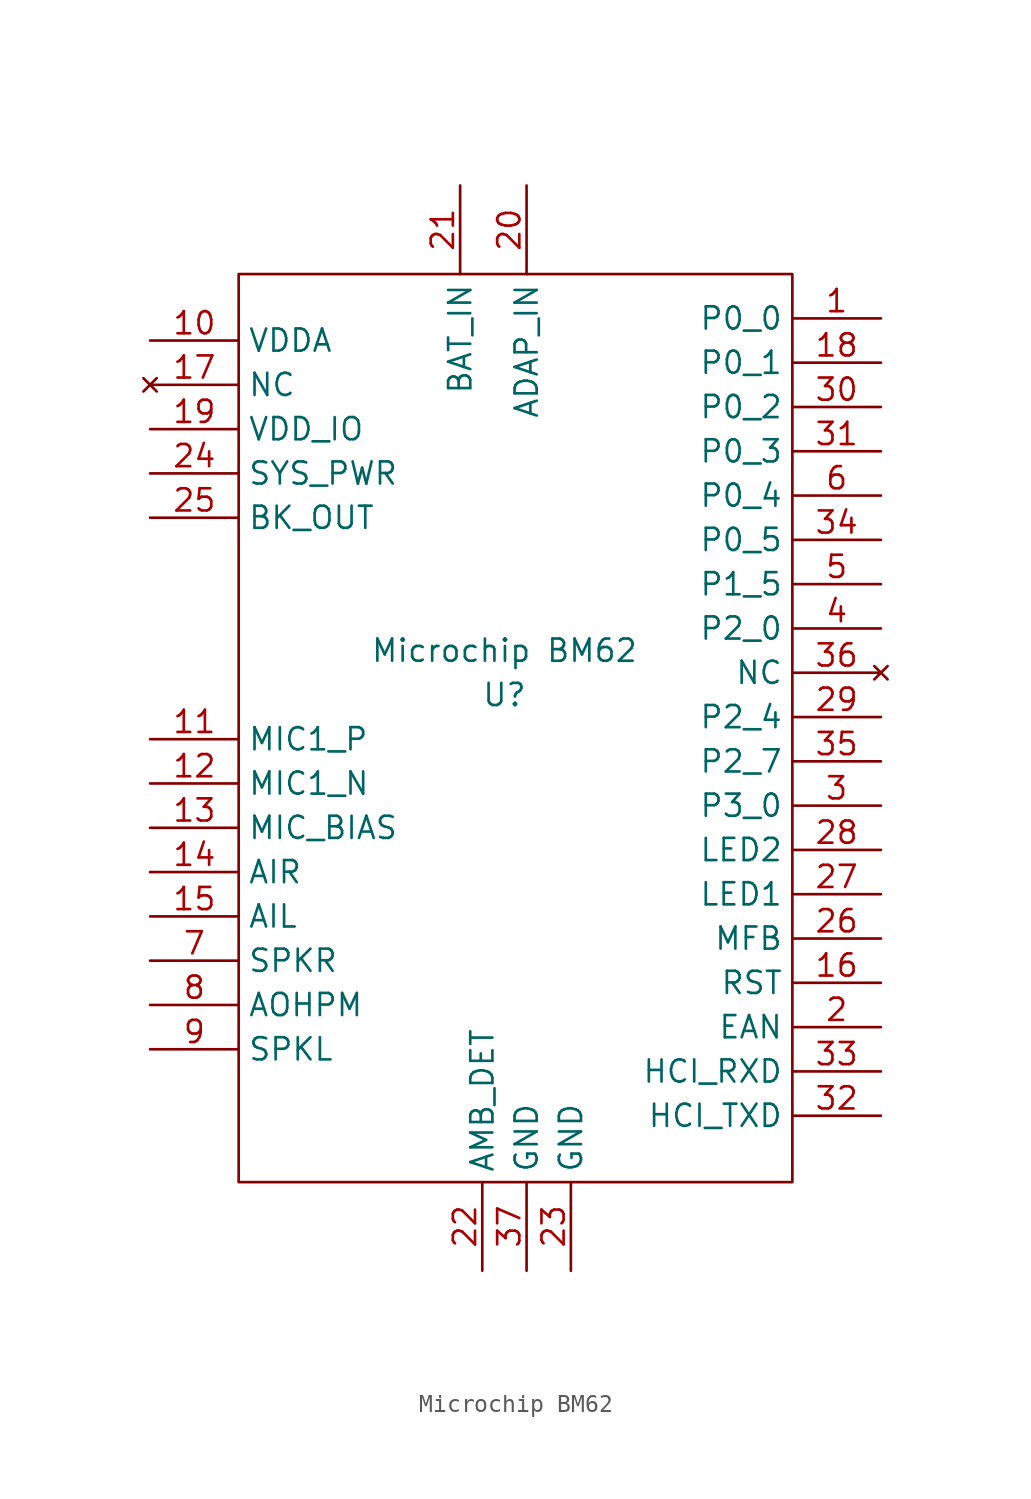
<source format=kicad_sym>
(kicad_symbol_lib
  (version 20220914)
  (generator kicad_symbol_editor)
  (symbol "Microchip BM62"
    (property "Reference" "U"
      (at 7.62 3.81 0)
      (effects (font (size 1.27 1.27))))
    (property "Value" "Microchip BM62"
      (at 7.62 6.35 0)
      (effects (font (size 1.27 1.27))))
    (symbol "Microchip BM62_0_1"
      (rectangle (start 24.13 27.94) (end -7.62 -24.13) (stroke (width 0) (type default)) (fill (type none))))
    (symbol "Microchip BM62_1_1"
      (pin bidirectional line (at 29.21 25.4 180) (length 5.08) (name "P0_0" (effects (font (size 1.27 1.27)))) (number "1" (effects (font (size 1.27 1.27)))))
      (pin power_out line (at -12.7 24.13 0) (length 5.08) (name "VDDA" (effects (font (size 1.27 1.27)))) (number "10" (effects (font (size 1.27 1.27)))))
      (pin input line (at -12.7 1.27 0) (length 5.08) (name "MIC1_P" (effects (font (size 1.27 1.27)))) (number "11" (effects (font (size 1.27 1.27)))))
      (pin input line (at -12.7 -1.27 0) (length 5.08) (name "MIC1_N" (effects (font (size 1.27 1.27)))) (number "12" (effects (font (size 1.27 1.27)))))
      (pin power_out line (at -12.7 -3.81 0) (length 5.08) (name "MIC_BIAS" (effects (font (size 1.27 1.27)))) (number "13" (effects (font (size 1.27 1.27)))))
      (pin input line (at -12.7 -6.35 0) (length 5.08) (name "AIR" (effects (font (size 1.27 1.27)))) (number "14" (effects (font (size 1.27 1.27)))))
      (pin input line (at -12.7 -8.89 0) (length 5.08) (name "AIL" (effects (font (size 1.27 1.27)))) (number "15" (effects (font (size 1.27 1.27)))))
      (pin input line (at 29.21 -12.7 180) (length 5.08) (name "RST" (effects (font (size 1.27 1.27)))) (number "16" (effects (font (size 1.27 1.27)))))
      (pin no_connect line (at -12.7 21.59 0) (length 5.08) (name "NC" (effects (font (size 1.27 1.27)))) (number "17" (effects (font (size 1.27 1.27)))))
      (pin input line (at 29.21 22.86 180) (length 5.08) (name "P0_1" (effects (font (size 1.27 1.27)))) (number "18" (effects (font (size 1.27 1.27)))))
      (pin power_out line (at -12.7 19.05 0) (length 5.08) (name "VDD_IO" (effects (font (size 1.27 1.27)))) (number "19" (effects (font (size 1.27 1.27)))))
      (pin input line (at 29.21 -15.24 180) (length 5.08) (name "EAN" (effects (font (size 1.27 1.27)))) (number "2" (effects (font (size 1.27 1.27)))))
      (pin power_in line (at 8.89 33.02 270) (length 5.08) (name "ADAP_IN" (effects (font (size 1.27 1.27)))) (number "20" (effects (font (size 1.27 1.27)))))
      (pin power_in line (at 5.08 33.02 270) (length 5.08) (name "BAT_IN" (effects (font (size 1.27 1.27)))) (number "21" (effects (font (size 1.27 1.27)))))
      (pin input line (at 6.35 -29.21 90) (length 5.08) (name "AMB_DET" (effects (font (size 1.27 1.27)))) (number "22" (effects (font (size 1.27 1.27)))))
      (pin power_in line (at 11.43 -29.21 90) (length 5.08) (name "GND" (effects (font (size 1.27 1.27)))) (number "23" (effects (font (size 1.27 1.27)))))
      (pin power_out line (at -12.7 16.51 0) (length 5.08) (name "SYS_PWR" (effects (font (size 1.27 1.27)))) (number "24" (effects (font (size 1.27 1.27)))))
      (pin power_out line (at -12.7 13.97 0) (length 5.08) (name "BK_OUT" (effects (font (size 1.27 1.27)))) (number "25" (effects (font (size 1.27 1.27)))))
      (pin input line (at 29.21 -10.16 180) (length 5.08) (name "MFB" (effects (font (size 1.27 1.27)))) (number "26" (effects (font (size 1.27 1.27)))))
      (pin input line (at 29.21 -7.62 180) (length 5.08) (name "LED1" (effects (font (size 1.27 1.27)))) (number "27" (effects (font (size 1.27 1.27)))))
      (pin input line (at 29.21 -5.08 180) (length 5.08) (name "LED2" (effects (font (size 1.27 1.27)))) (number "28" (effects (font (size 1.27 1.27)))))
      (pin input line (at 29.21 2.54 180) (length 5.08) (name "P2_4" (effects (font (size 1.27 1.27)))) (number "29" (effects (font (size 1.27 1.27)))))
      (pin input line (at 29.21 -2.54 180) (length 5.08) (name "P3_0" (effects (font (size 1.27 1.27)))) (number "3" (effects (font (size 1.27 1.27)))))
      (pin input line (at 29.21 20.32 180) (length 5.08) (name "P0_2" (effects (font (size 1.27 1.27)))) (number "30" (effects (font (size 1.27 1.27)))))
      (pin bidirectional line (at 29.21 17.78 180) (length 5.08) (name "P0_3" (effects (font (size 1.27 1.27)))) (number "31" (effects (font (size 1.27 1.27)))))
      (pin output line (at 29.21 -20.32 180) (length 5.08) (name "HCI_TXD" (effects (font (size 1.27 1.27)))) (number "32" (effects (font (size 1.27 1.27)))))
      (pin input line (at 29.21 -17.78 180) (length 5.08) (name "HCI_RXD" (effects (font (size 1.27 1.27)))) (number "33" (effects (font (size 1.27 1.27)))))
      (pin input line (at 29.21 12.7 180) (length 5.08) (name "P0_5" (effects (font (size 1.27 1.27)))) (number "34" (effects (font (size 1.27 1.27)))))
      (pin input line (at 29.21 0 180) (length 5.08) (name "P2_7" (effects (font (size 1.27 1.27)))) (number "35" (effects (font (size 1.27 1.27)))))
      (pin no_connect line (at 29.21 5.08 180) (length 5.08) (name "NC" (effects (font (size 1.27 1.27)))) (number "36" (effects (font (size 1.27 1.27)))))
      (pin power_in line (at 8.89 -29.21 90) (length 5.08) (name "GND" (effects (font (size 1.27 1.27)))) (number "37" (effects (font (size 1.27 1.27)))))
      (pin input line (at 29.21 7.62 180) (length 5.08) (name "P2_0" (effects (font (size 1.27 1.27)))) (number "4" (effects (font (size 1.27 1.27)))))
      (pin bidirectional line (at 29.21 10.16 180) (length 5.08) (name "P1_5" (effects (font (size 1.27 1.27)))) (number "5" (effects (font (size 1.27 1.27)))))
      (pin bidirectional line (at 29.21 15.24 180) (length 5.08) (name "P0_4" (effects (font (size 1.27 1.27)))) (number "6" (effects (font (size 1.27 1.27)))))
      (pin output line (at -12.7 -11.43 0) (length 5.08) (name "SPKR" (effects (font (size 1.27 1.27)))) (number "7" (effects (font (size 1.27 1.27)))))
      (pin output line (at -12.7 -13.97 0) (length 5.08) (name "AOHPM" (effects (font (size 1.27 1.27)))) (number "8" (effects (font (size 1.27 1.27)))))
      (pin output line (at -12.7 -16.51 0) (length 5.08) (name "SPKL" (effects (font (size 1.27 1.27)))) (number "9" (effects (font (size 1.27 1.27))))))))
</source>
